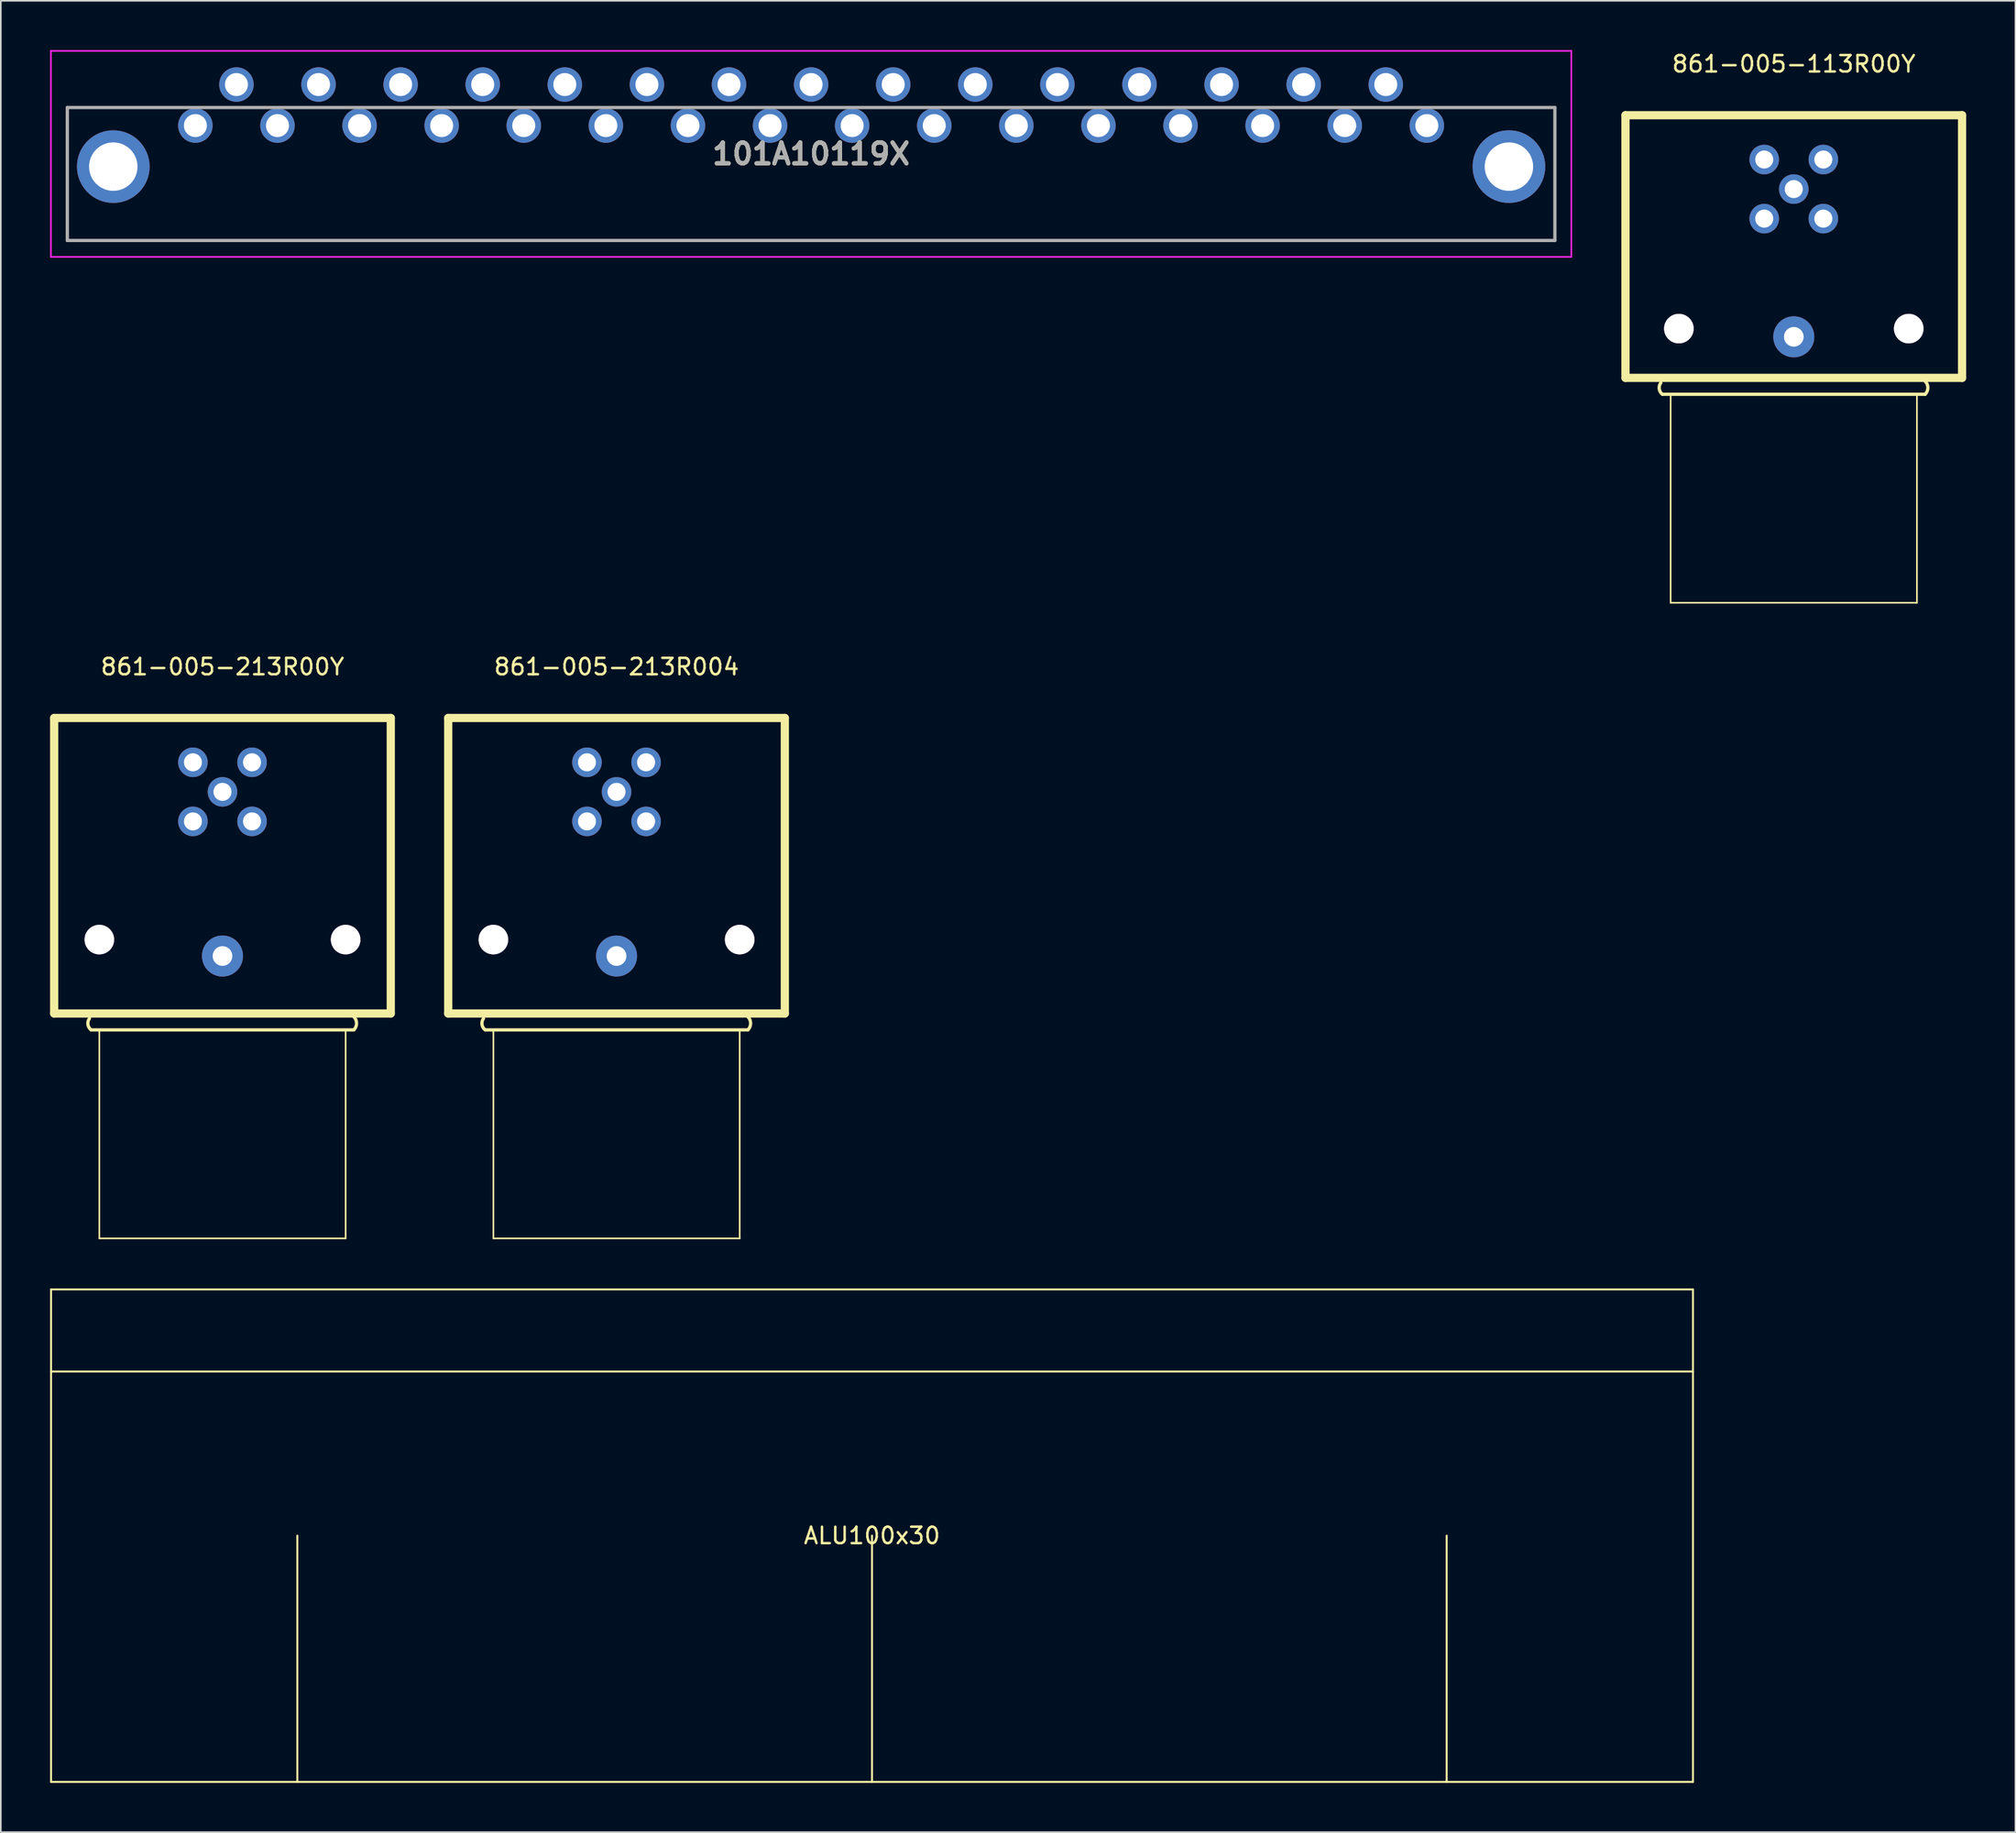
<source format=kicad_pcb>
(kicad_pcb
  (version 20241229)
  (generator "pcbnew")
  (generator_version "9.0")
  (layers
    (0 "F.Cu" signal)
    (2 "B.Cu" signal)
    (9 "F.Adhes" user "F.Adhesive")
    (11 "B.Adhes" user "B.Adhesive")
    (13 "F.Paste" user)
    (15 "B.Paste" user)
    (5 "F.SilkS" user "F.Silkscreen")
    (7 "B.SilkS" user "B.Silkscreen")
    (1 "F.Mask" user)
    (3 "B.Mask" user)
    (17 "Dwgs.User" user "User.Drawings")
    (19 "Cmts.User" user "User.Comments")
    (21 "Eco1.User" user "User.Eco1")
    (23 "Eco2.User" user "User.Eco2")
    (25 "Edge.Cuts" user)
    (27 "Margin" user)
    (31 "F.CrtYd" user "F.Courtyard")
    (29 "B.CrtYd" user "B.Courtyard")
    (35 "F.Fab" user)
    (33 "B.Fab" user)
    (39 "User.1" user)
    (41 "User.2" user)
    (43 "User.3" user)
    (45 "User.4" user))
  (footprint "101A10119X"
    (layer "F.Cu")
    (at 46.35 6.325)
    (property "Reference" "101A10119X" (at 0 0 0) (layer "F.SilkS") (effects (font (size 1.27 1.27) (thickness 0.254))))
    (attr through_hole)
    (fp_line (start -45.3 -2.825) (end -45.3 -2.825) (stroke (width 0.1) (type solid)) (layer "F.SilkS"))
    (fp_line (start -45.3 -2.825) (end -45.3 5.275) (stroke (width 0.1) (type solid)) (layer "F.SilkS"))
    (fp_line (start -45.3 5.275) (end 45.3 5.275) (stroke (width 0.1) (type solid)) (layer "F.SilkS"))
    (fp_line (start -40 -2.825) (end -45.3 -2.825) (stroke (width 0.1) (type solid)) (layer "F.SilkS"))
    (fp_line (start 45.3 -2.825) (end 40 -2.825) (stroke (width 0.1) (type solid)) (layer "F.SilkS"))
    (fp_line (start 45.3 5.275) (end 45.3 -2.825) (stroke (width 0.1) (type solid)) (layer "F.SilkS"))
    (fp_line (start -46.3 -6.275) (end 46.3 -6.275) (stroke (width 0.1) (type solid)) (layer "F.CrtYd"))
    (fp_line (start -46.3 6.275) (end -46.3 -6.275) (stroke (width 0.1) (type solid)) (layer "F.CrtYd"))
    (fp_line (start 46.3 -6.275) (end 46.3 6.275) (stroke (width 0.1) (type solid)) (layer "F.CrtYd"))
    (fp_line (start 46.3 6.275) (end -46.3 6.275) (stroke (width 0.1) (type solid)) (layer "F.CrtYd"))
    (fp_line (start -45.3 -2.825) (end 45.3 -2.825) (stroke (width 0.2) (type solid)) (layer "F.Fab"))
    (fp_line (start -45.3 5.275) (end -45.3 -2.825) (stroke (width 0.2) (type solid)) (layer "F.Fab"))
    (fp_line (start 45.3 -2.825) (end 45.3 5.275) (stroke (width 0.2) (type solid)) (layer "F.Fab"))
    (fp_line (start 45.3 5.275) (end -45.3 5.275) (stroke (width 0.2) (type solid)) (layer "F.Fab"))
    (fp_text user "${REFERENCE}" (at 0 0 0) (layer "F.Fab") (effects (font (size 1.27 1.27) (thickness 0.254))))
    (pad "1" thru_hole circle (at 37.5 -1.725) (size 2.1 2.1) (drill 1.4) (layers "*.Cu" "*.Mask"))
    (pad "2" thru_hole circle (at 35 -4.225) (size 2.1 2.1) (drill 1.4) (layers "*.Cu" "*.Mask"))
    (pad "3" thru_hole circle (at 32.5 -1.725) (size 2.1 2.1) (drill 1.4) (layers "*.Cu" "*.Mask"))
    (pad "4" thru_hole circle (at 30 -4.225) (size 2.1 2.1) (drill 1.4) (layers "*.Cu" "*.Mask"))
    (pad "5" thru_hole circle (at 27.5 -1.725) (size 2.1 2.1) (drill 1.4) (layers "*.Cu" "*.Mask"))
    (pad "6" thru_hole circle (at 25 -4.225) (size 2.1 2.1) (drill 1.4) (layers "*.Cu" "*.Mask"))
    (pad "7" thru_hole circle (at 22.5 -1.725) (size 2.1 2.1) (drill 1.4) (layers "*.Cu" "*.Mask"))
    (pad "8" thru_hole circle (at 20 -4.225) (size 2.1 2.1) (drill 1.4) (layers "*.Cu" "*.Mask"))
    (pad "9" thru_hole circle (at 17.5 -1.725) (size 2.1 2.1) (drill 1.4) (layers "*.Cu" "*.Mask"))
    (pad "10" thru_hole circle (at 15 -4.225) (size 2.1 2.1) (drill 1.4) (layers "*.Cu" "*.Mask"))
    (pad "11" thru_hole circle (at 12.5 -1.725) (size 2.1 2.1) (drill 1.4) (layers "*.Cu" "*.Mask"))
    (pad "12" thru_hole circle (at 10 -4.225) (size 2.1 2.1) (drill 1.4) (layers "*.Cu" "*.Mask"))
    (pad "13" thru_hole circle (at 7.5 -1.725) (size 2.1 2.1) (drill 1.4) (layers "*.Cu" "*.Mask"))
    (pad "14" thru_hole circle (at 5 -4.225) (size 2.1 2.1) (drill 1.4) (layers "*.Cu" "*.Mask"))
    (pad "15" thru_hole circle (at 2.5 -1.725) (size 2.1 2.1) (drill 1.4) (layers "*.Cu" "*.Mask"))
    (pad "16" thru_hole circle (at 0 -4.225) (size 2.1 2.1) (drill 1.4) (layers "*.Cu" "*.Mask"))
    (pad "17" thru_hole circle (at -2.5 -1.725) (size 2.1 2.1) (drill 1.4) (layers "*.Cu" "*.Mask"))
    (pad "18" thru_hole circle (at -5 -4.225) (size 2.1 2.1) (drill 1.4) (layers "*.Cu" "*.Mask"))
    (pad "19" thru_hole circle (at -7.5 -1.725) (size 2.1 2.1) (drill 1.4) (layers "*.Cu" "*.Mask"))
    (pad "20" thru_hole circle (at -10 -4.225) (size 2.1 2.1) (drill 1.4) (layers "*.Cu" "*.Mask"))
    (pad "21" thru_hole circle (at -12.5 -1.725) (size 2.1 2.1) (drill 1.4) (layers "*.Cu" "*.Mask"))
    (pad "22" thru_hole circle (at -15 -4.225) (size 2.1 2.1) (drill 1.4) (layers "*.Cu" "*.Mask"))
    (pad "23" thru_hole circle (at -17.5 -1.725) (size 2.1 2.1) (drill 1.4) (layers "*.Cu" "*.Mask"))
    (pad "24" thru_hole circle (at -20 -4.225) (size 2.1 2.1) (drill 1.4) (layers "*.Cu" "*.Mask"))
    (pad "25" thru_hole circle (at -22.5 -1.725) (size 2.1 2.1) (drill 1.4) (layers "*.Cu" "*.Mask"))
    (pad "26" thru_hole circle (at -25 -4.225) (size 2.1 2.1) (drill 1.4) (layers "*.Cu" "*.Mask"))
    (pad "27" thru_hole circle (at -27.5 -1.725) (size 2.1 2.1) (drill 1.4) (layers "*.Cu" "*.Mask"))
    (pad "28" thru_hole circle (at -30 -4.225) (size 2.1 2.1) (drill 1.4) (layers "*.Cu" "*.Mask"))
    (pad "29" thru_hole circle (at -32.5 -1.725) (size 2.1 2.1) (drill 1.4) (layers "*.Cu" "*.Mask"))
    (pad "30" thru_hole circle (at -35 -4.225) (size 2.1 2.1) (drill 1.4) (layers "*.Cu" "*.Mask"))
    (pad "31" thru_hole circle (at -37.5 -1.725) (size 2.1 2.1) (drill 1.4) (layers "*.Cu" "*.Mask"))
    (pad "MH1" thru_hole circle (at -42.5 0.775) (size 4.425 4.425) (drill 2.95) (layers "*.Cu" "*.Mask"))
    (pad "MH2" thru_hole circle (at 42.5 0.775) (size 4.425 4.425) (drill 2.95) (layers "*.Cu" "*.Mask")))
  (footprint "ALU100x30"
    (layer "F.Cu")
    (at 50.06 90.496)
    (property "Reference" "ALU100x30" (at 0 0 0) (layer "F.SilkS") (effects (font (size 1 1) (thickness 0.15))))
    (attr exclude_from_pos_files exclude_from_bom)
    (fp_line (start -50 -15) (end -50 15) (stroke (width 0.12) (type solid)) (layer "F.SilkS"))
    (fp_line (start -50 -10) (end 50 -10) (stroke (width 0.12) (type solid)) (layer "F.SilkS"))
    (fp_line (start -50 15) (end 50 15) (stroke (width 0.12) (type solid)) (layer "F.SilkS"))
    (fp_line (start -35 0) (end -35 15) (stroke (width 0.12) (type solid)) (layer "F.SilkS"))
    (fp_line (start 0 0) (end 0 15) (stroke (width 0.12) (type solid)) (layer "F.SilkS"))
    (fp_line (start 35 0) (end 35 15) (stroke (width 0.12) (type solid)) (layer "F.SilkS"))
    (fp_line (start 50 -15) (end -50 -15) (stroke (width 0.12) (type solid)) (layer "F.SilkS"))
    (fp_line (start 50 15) (end 50 -15) (stroke (width 0.12) (type solid)) (layer "F.SilkS")))
  (footprint "861-005-213R00Y"
    (layer "F.Cu")
    (at 10.5 45.187)
    (property "Reference" "861-005-213R00Y" (at 0 -7.62 0) (layer "F.SilkS") (effects (font (size 1 1) (thickness 0.15))))
    (attr through_hole)
    (fp_line (start -10.25 -4.5) (end 10.25 -4.5) (stroke (width 0.5) (type solid)) (layer "F.SilkS"))
    (fp_line (start -10.25 13.5) (end -10.25 -4.5) (stroke (width 0.5) (type solid)) (layer "F.SilkS"))
    (fp_line (start -10.25 13.5) (end 10.25 13.5) (stroke (width 0.5) (type solid)) (layer "F.SilkS"))
    (fp_line (start -8 14.5) (end 8 14.5) (stroke (width 0.2) (type solid)) (layer "F.SilkS"))
    (fp_line (start -7.5 27.2) (end -7.5 14.5) (stroke (width 0.1) (type solid)) (layer "F.SilkS"))
    (fp_line (start -7.5 27.2) (end 7.5 27.2) (stroke (width 0.1) (type solid)) (layer "F.SilkS"))
    (fp_line (start 7.5 27.2) (end 7.5 14.5) (stroke (width 0.1) (type solid)) (layer "F.SilkS"))
    (fp_line (start 10.25 -4.5) (end 10.25 13.5) (stroke (width 0.5) (type solid)) (layer "F.SilkS"))
    (fp_arc (start -8 14.5) (mid -8.194975 14.170711) (end -8.1 13.8) (stroke (width 0.2) (type solid)) (layer "F.SilkS"))
    (fp_arc (start 8 13.7) (mid 8.165685 14.1) (end 8 14.5) (stroke (width 0.2) (type solid)) (layer "F.SilkS"))
    (pad "0" thru_hole circle (at 0 10) (size 2.5 2.5) (drill 1.2) (layers "*.Cu" "*.Mask"))
    (pad "1" thru_hole circle (at -1.8 -1.8) (size 1.8 1.8) (drill 1.1) (layers "*.Cu" "*.Mask"))
    (pad "2" thru_hole circle (at 1.8 -1.8) (size 1.8 1.8) (drill 1.1) (layers "*.Cu" "*.Mask"))
    (pad "3" thru_hole circle (at 1.8 1.8) (size 1.8 1.8) (drill 1.1) (layers "*.Cu" "*.Mask"))
    (pad "4" thru_hole circle (at -1.8 1.8) (size 1.8 1.8) (drill 1.1) (layers "*.Cu" "*.Mask"))
    (pad "5" thru_hole circle (at 0 0) (size 1.8 1.8) (drill 1.1) (layers "*.Cu" "*.Mask"))
    (pad "6" thru_hole circle (at -7.5 9) (size 1.8 1.8) (drill 1.8) (layers "*.Cu" "*.Mask"))
    (pad "6" thru_hole circle (at 7.5 9) (size 1.8 1.8) (drill 1.8) (layers "*.Cu" "*.Mask")))
  (footprint "861-005-213R004"
    (layer "F.Cu")
    (at 34.5 45.187)
    (property "Reference" "861-005-213R004" (at 0 -7.62 0) (layer "F.SilkS") (effects (font (size 1 1) (thickness 0.15))))
    (attr through_hole)
    (fp_line (start -10.25 -4.5) (end 10.25 -4.5) (stroke (width 0.5) (type solid)) (layer "F.SilkS"))
    (fp_line (start -10.25 13.5) (end -10.25 -4.5) (stroke (width 0.5) (type solid)) (layer "F.SilkS"))
    (fp_line (start -10.25 13.5) (end 10.25 13.5) (stroke (width 0.5) (type solid)) (layer "F.SilkS"))
    (fp_line (start -8 14.5) (end 8 14.5) (stroke (width 0.2) (type solid)) (layer "F.SilkS"))
    (fp_line (start -7.5 27.2) (end -7.5 14.5) (stroke (width 0.1) (type solid)) (layer "F.SilkS"))
    (fp_line (start -7.5 27.2) (end 7.5 27.2) (stroke (width 0.1) (type solid)) (layer "F.SilkS"))
    (fp_line (start 7.5 27.2) (end 7.5 14.5) (stroke (width 0.1) (type solid)) (layer "F.SilkS"))
    (fp_line (start 10.25 -4.5) (end 10.25 13.5) (stroke (width 0.5) (type solid)) (layer "F.SilkS"))
    (fp_arc (start -8 14.5) (mid -8.194975 14.170711) (end -8.1 13.8) (stroke (width 0.2) (type solid)) (layer "F.SilkS"))
    (fp_arc (start 8 13.7) (mid 8.165685 14.1) (end 8 14.5) (stroke (width 0.2) (type solid)) (layer "F.SilkS"))
    (pad "0" thru_hole circle (at 0 10) (size 2.5 2.5) (drill 1.2) (layers "*.Cu" "*.Mask"))
    (pad "1" thru_hole circle (at -1.8 -1.8) (size 1.8 1.8) (drill 1.1) (layers "*.Cu" "*.Mask"))
    (pad "2" thru_hole circle (at 1.8 -1.8) (size 1.8 1.8) (drill 1.1) (layers "*.Cu" "*.Mask"))
    (pad "3" thru_hole circle (at 1.8 1.8) (size 1.8 1.8) (drill 1.1) (layers "*.Cu" "*.Mask"))
    (pad "4" thru_hole circle (at -1.8 1.8) (size 1.8 1.8) (drill 1.1) (layers "*.Cu" "*.Mask"))
    (pad "5" thru_hole circle (at 0 0) (size 1.8 1.8) (drill 1.1) (layers "*.Cu" "*.Mask"))
    (pad "6" thru_hole circle (at -7.5 9) (size 1.8 1.8) (drill 1.8) (layers "*.Cu" "*.Mask"))
    (pad "6" thru_hole circle (at 7.5 9) (size 1.8 1.8) (drill 1.8) (layers "*.Cu" "*.Mask")))
  (footprint "861-005-113R00Y"
    (layer "F.Cu")
    (at 106.2 8.468)
    (property "Reference" "861-005-113R00Y" (at 0 -7.62 0) (layer "F.SilkS") (effects (font (size 1 1) (thickness 0.15))))
    (attr through_hole)
    (fp_line (start -10.25 -4.5) (end 10.25 -4.5) (stroke (width 0.5) (type solid)) (layer "F.SilkS"))
    (fp_line (start -10.25 11.5) (end -10.25 -4.5) (stroke (width 0.5) (type solid)) (layer "F.SilkS"))
    (fp_line (start -10.25 11.5) (end 10.25 11.5) (stroke (width 0.5) (type solid)) (layer "F.SilkS"))
    (fp_line (start -8 12.5) (end 8 12.5) (stroke (width 0.2) (type solid)) (layer "F.SilkS"))
    (fp_line (start -7.5 25.2) (end -7.5 12.5) (stroke (width 0.1) (type solid)) (layer "F.SilkS"))
    (fp_line (start -7.5 25.2) (end 7.5 25.2) (stroke (width 0.1) (type solid)) (layer "F.SilkS"))
    (fp_line (start 7.5 25.2) (end 7.5 12.5) (stroke (width 0.1) (type solid)) (layer "F.SilkS"))
    (fp_line (start 10.25 -4.5) (end 10.25 11.5) (stroke (width 0.5) (type solid)) (layer "F.SilkS"))
    (fp_arc (start -8 12.5) (mid -8.194975 12.170711) (end -8.1 11.8) (stroke (width 0.2) (type solid)) (layer "F.SilkS"))
    (fp_arc (start 8 11.7) (mid 8.165685 12.1) (end 8 12.5) (stroke (width 0.2) (type solid)) (layer "F.SilkS"))
    (pad "0" thru_hole circle (at 0 9) (size 2.5 2.5) (drill 1.2) (layers "*.Cu" "*.Mask"))
    (pad "1" thru_hole circle (at -1.8 -1.8) (size 1.8 1.8) (drill 1.1) (layers "*.Cu" "*.Mask"))
    (pad "2" thru_hole circle (at 1.8 -1.8) (size 1.8 1.8) (drill 1.1) (layers "*.Cu" "*.Mask"))
    (pad "3" thru_hole circle (at 1.8 1.8) (size 1.8 1.8) (drill 1.1) (layers "*.Cu" "*.Mask"))
    (pad "4" thru_hole circle (at -1.8 1.8) (size 1.8 1.8) (drill 1.1) (layers "*.Cu" "*.Mask"))
    (pad "5" thru_hole circle (at 0 0) (size 1.8 1.8) (drill 1.1) (layers "*.Cu" "*.Mask"))
    (pad "6" thru_hole circle (at -7 8.5) (size 1.8 1.8) (drill 1.8) (layers "*.Cu" "*.Mask"))
    (pad "6" thru_hole circle (at 7 8.5) (size 1.8 1.8) (drill 1.8) (layers "*.Cu" "*.Mask")))
  (gr_rect
    (start -3 -3)
    (end 119.7 108.556)
    (stroke (width 0.1) (type default))
    (fill no)
    (layer "Edge.Cuts")))
</source>
